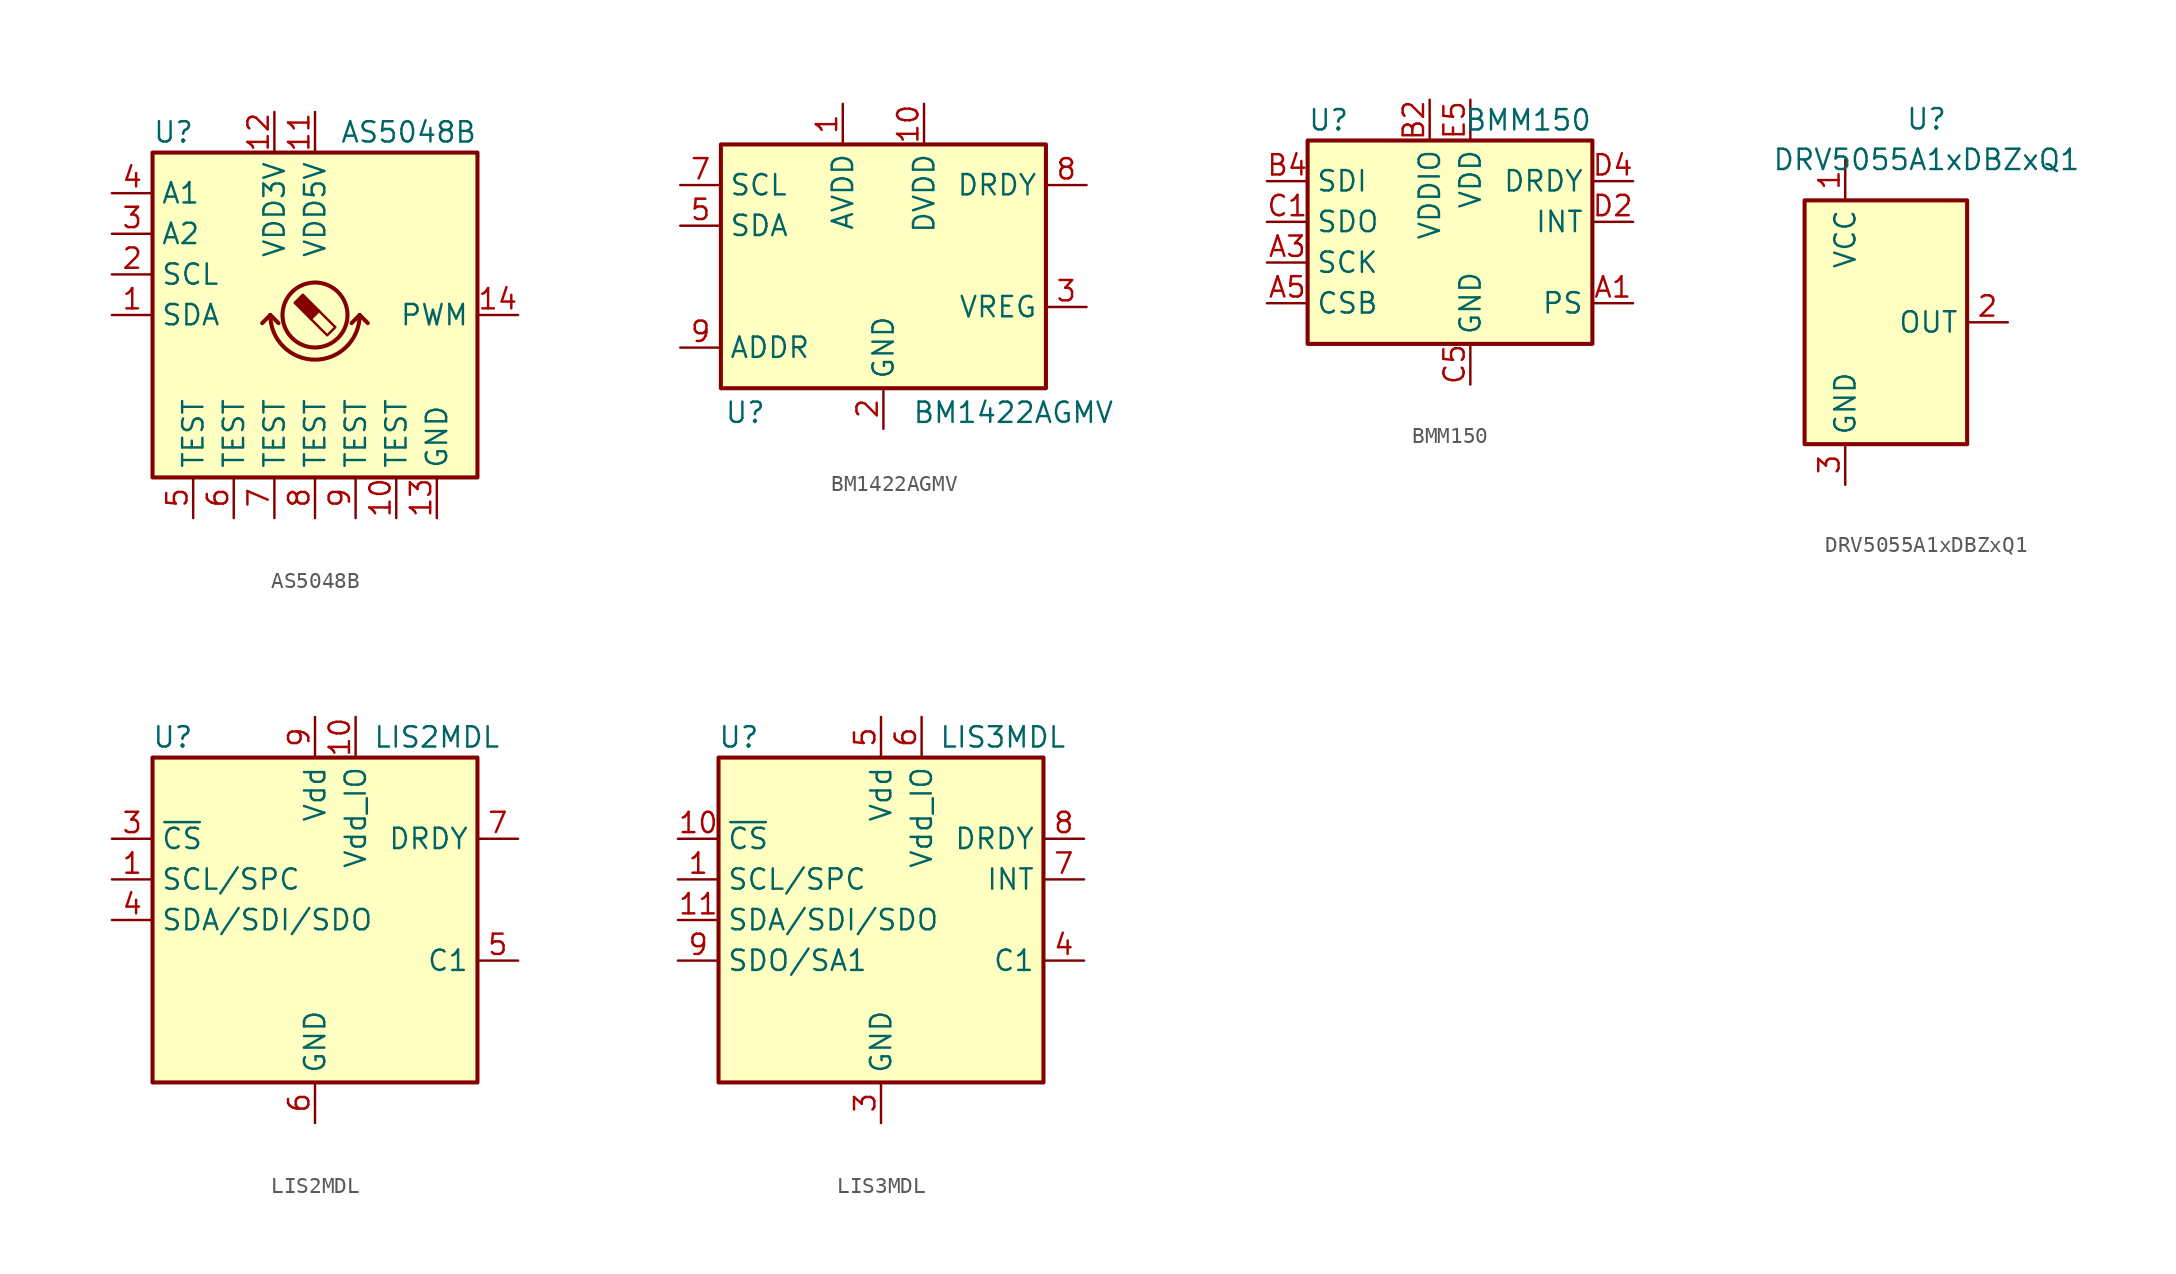
<source format=kicad_sym>
(kicad_symbol_lib
  (version 20241209)
  (generator "kicad_symbol_editor")
  (generator_version "9.0")
  (symbol "AS5048B"
    (property "Reference" "U"
      (at -10.16 11.43 0)
      (effects (font (size 1.27 1.27)) (justify left)))
    (property "Value" "AS5048B"
      (at 10.16 11.43 0)
      (effects (font (size 1.27 1.27)) (justify right)))
    (symbol "AS5048B_0_1"
      (rectangle (start -10.16 10.16) (end 10.16 -10.16) (stroke (width 0.254) (type default)) (fill (type background)))
      (polyline (pts (xy -2.794 0) (xy -3.302 -0.508)) (stroke (width 0.254) (type default)) (fill (type none)))
      (polyline (pts (xy -2.794 0) (xy -2.286 -0.508)) (stroke (width 0.254) (type default)) (fill (type none)))
      (arc (start 2.794 0) (mid 0 -2.7819) (end -2.794 0) (stroke (width 0.254) (type default)) (fill (type none)))
      (polyline (pts (xy 2.794 0) (xy 2.286 -0.508)) (stroke (width 0.254) (type default)) (fill (type none)))
      (polyline (pts (xy 2.794 0) (xy 3.302 -0.508)) (stroke (width 0.254) (type default)) (fill (type none))))
    (symbol "AS5048B_1_1"
      (polyline (pts (xy -0.762 1.27) (xy 0.254 0.254) (xy -0.254 -0.254) (xy -1.27 0.762) (xy -1.016 1.016) (xy -0.762 1.27) (xy -0.635 1.143)) (stroke (width 0) (type default)) (fill (type outline)))
      (circle (center 0 0) (radius 2.032) (stroke (width 0.254) (type default)) (fill (type none)))
      (polyline (pts (xy 0.254 0.254) (xy 1.27 -0.762) (xy 0.762 -1.27) (xy -0.254 -0.254)) (stroke (width 0) (type default)) (fill (type none)))
      (pin input line (at -12.7 7.62 0) (length 2.54) (name "A1" (effects (font (size 1.27 1.27)))) (number "4" (effects (font (size 1.27 1.27)))))
      (pin input line (at -12.7 5.08 0) (length 2.54) (name "A2" (effects (font (size 1.27 1.27)))) (number "3" (effects (font (size 1.27 1.27)))))
      (pin input line (at -12.7 2.54 0) (length 2.54) (name "SCL" (effects (font (size 1.27 1.27)))) (number "2" (effects (font (size 1.27 1.27)))))
      (pin bidirectional line (at -12.7 0 0) (length 2.54) (name "SDA" (effects (font (size 1.27 1.27)))) (number "1" (effects (font (size 1.27 1.27)))))
      (pin passive line (at -7.62 -12.7 90) (length 2.54) (name "TEST" (effects (font (size 1.27 1.27)))) (number "5" (effects (font (size 1.27 1.27)))))
      (pin passive line (at -5.08 -12.7 90) (length 2.54) (name "TEST" (effects (font (size 1.27 1.27)))) (number "6" (effects (font (size 1.27 1.27)))))
      (pin power_in line (at -2.54 12.7 270) (length 2.54) (name "VDD3V" (effects (font (size 1.27 1.27)))) (number "12" (effects (font (size 1.27 1.27)))))
      (pin passive line (at -2.54 -12.7 90) (length 2.54) (name "TEST" (effects (font (size 1.27 1.27)))) (number "7" (effects (font (size 1.27 1.27)))))
      (pin power_in line (at 0 12.7 270) (length 2.54) (name "VDD5V" (effects (font (size 1.27 1.27)))) (number "11" (effects (font (size 1.27 1.27)))))
      (pin passive line (at 0 -12.7 90) (length 2.54) (name "TEST" (effects (font (size 1.27 1.27)))) (number "8" (effects (font (size 1.27 1.27)))))
      (pin passive line (at 2.54 -12.7 90) (length 2.54) (name "TEST" (effects (font (size 1.27 1.27)))) (number "9" (effects (font (size 1.27 1.27)))))
      (pin passive line (at 5.08 -12.7 90) (length 2.54) (name "TEST" (effects (font (size 1.27 1.27)))) (number "10" (effects (font (size 1.27 1.27)))))
      (pin power_in line (at 7.62 -12.7 90) (length 2.54) (name "GND" (effects (font (size 1.27 1.27)))) (number "13" (effects (font (size 1.27 1.27)))))
      (pin output line (at 12.7 0 180) (length 2.54) (name "PWM" (effects (font (size 1.27 1.27)))) (number "14" (effects (font (size 1.27 1.27)))))))
  (symbol "BM1422AGMV"
    (property "Reference" "U"
      (at -8.636 -9.144 0)
      (effects (font (size 1.27 1.27))))
    (property "Value" "BM1422AGMV"
      (at 8.128 -9.144 0)
      (effects (font (size 1.27 1.27))))
    (symbol "BM1422AGMV_0_1"
      (rectangle (start -10.16 7.62) (end 10.16 -7.62) (stroke (width 0.254) (type default)) (fill (type background))))
    (symbol "BM1422AGMV_1_1"
      (pin input line (at -12.7 5.08 0) (length 2.54) (name "SCL" (effects (font (size 1.27 1.27)))) (number "7" (effects (font (size 1.27 1.27)))))
      (pin bidirectional line (at -12.7 2.54 0) (length 2.54) (name "SDA" (effects (font (size 1.27 1.27)))) (number "5" (effects (font (size 1.27 1.27)))))
      (pin input line (at -12.7 -5.08 0) (length 2.54) (name "ADDR" (effects (font (size 1.27 1.27)))) (number "9" (effects (font (size 1.27 1.27)))))
      (pin power_in line (at -2.54 10.16 270) (length 2.54) (name "AVDD" (effects (font (size 1.27 1.27)))) (number "1" (effects (font (size 1.27 1.27)))))
      (pin power_in line (at 0 -10.16 90) (length 2.54) (name "GND" (effects (font (size 1.27 1.27)))) (number "2" (effects (font (size 1.27 1.27)))))
      (pin power_in line (at 2.54 10.16 270) (length 2.54) (name "DVDD" (effects (font (size 1.27 1.27)))) (number "10" (effects (font (size 1.27 1.27)))))
      (pin no_connect line (at 10.16 2.54 180) (length 2.54) (hide yes) (name "TEST1" (effects (font (size 1.27 1.27)))) (number "4" (effects (font (size 1.27 1.27)))))
      (pin no_connect line (at 10.16 0 180) (length 2.54) (hide yes) (name "TEST2" (effects (font (size 1.27 1.27)))) (number "6" (effects (font (size 1.27 1.27)))))
      (pin output line (at 12.7 5.08 180) (length 2.54) (name "DRDY" (effects (font (size 1.27 1.27)))) (number "8" (effects (font (size 1.27 1.27)))))
      (pin passive line (at 12.7 -2.54 180) (length 2.54) (name "VREG" (effects (font (size 1.27 1.27)))) (number "3" (effects (font (size 1.27 1.27)))))))
  (symbol "BMM150"
    (property "Reference" "U"
      (at -10.16 6.35 0)
      (effects (font (size 1.27 1.27)) (justify left)))
    (property "Value" "BMM150"
      (at 7.62 6.35 0)
      (effects (font (size 1.27 1.27)) (justify right)))
    (symbol "BMM150_0_1"
      (rectangle (start -10.16 5.08) (end 7.62 -7.62) (stroke (width 0.254) (type default)) (fill (type background))))
    (symbol "BMM150_1_1"
      (pin bidirectional line (at -12.7 2.54 0) (length 2.54) (name "SDI" (effects (font (size 1.27 1.27)))) (number "B4" (effects (font (size 1.27 1.27)))))
      (pin bidirectional line (at -12.7 0 0) (length 2.54) (name "SDO" (effects (font (size 1.27 1.27)))) (number "C1" (effects (font (size 1.27 1.27)))))
      (pin bidirectional line (at -12.7 -2.54 0) (length 2.54) (name "SCK" (effects (font (size 1.27 1.27)))) (number "A3" (effects (font (size 1.27 1.27)))))
      (pin input line (at -12.7 -5.08 0) (length 2.54) (name "CSB" (effects (font (size 1.27 1.27)))) (number "A5" (effects (font (size 1.27 1.27)))))
      (pin power_in line (at -2.54 7.62 270) (length 2.54) (name "VDDIO" (effects (font (size 1.27 1.27)))) (number "B2" (effects (font (size 1.27 1.27)))))
      (pin power_in line (at 0 7.62 270) (length 2.54) (name "VDD" (effects (font (size 1.27 1.27)))) (number "E5" (effects (font (size 1.27 1.27)))))
      (pin power_in line (at 0 -10.16 90) (length 2.54) (name "GND" (effects (font (size 1.27 1.27)))) (number "C5" (effects (font (size 1.27 1.27)))))
      (pin passive line (at 0 -10.16 90) (length 2.54) (hide yes) (name "GND" (effects (font (size 1.27 1.27)))) (number "E1" (effects (font (size 1.27 1.27)))))
      (pin passive line (at 0 -10.16 90) (length 2.54) (hide yes) (name "GND" (effects (font (size 1.27 1.27)))) (number "E3" (effects (font (size 1.27 1.27)))))
      (pin output line (at 10.16 2.54 180) (length 2.54) (name "DRDY" (effects (font (size 1.27 1.27)))) (number "D4" (effects (font (size 1.27 1.27)))))
      (pin output line (at 10.16 0 180) (length 2.54) (name "INT" (effects (font (size 1.27 1.27)))) (number "D2" (effects (font (size 1.27 1.27)))))
      (pin input line (at 10.16 -5.08 180) (length 2.54) (name "PS" (effects (font (size 1.27 1.27)))) (number "A1" (effects (font (size 1.27 1.27)))))))
  (symbol "DRV5055A1xDBZxQ1"
    (property "Reference" "U"
      (at 2.54 12.7 0)
      (effects (font (size 1.27 1.27))))
    (property "Value" "DRV5055A1xDBZxQ1"
      (at 2.54 10.16 0)
      (effects (font (size 1.27 1.27))))
    (symbol "DRV5055A1xDBZxQ1_1_1"
      (rectangle (start -5.08 7.62) (end 5.08 -7.62) (stroke (width 0.254) (type default)) (fill (type background)))
      (pin power_in line (at -2.54 10.16 270) (length 2.54) (name "VCC" (effects (font (size 1.27 1.27)))) (number "1" (effects (font (size 1.27 1.27)))))
      (pin power_in line (at -2.54 -10.16 90) (length 2.54) (name "GND" (effects (font (size 1.27 1.27)))) (number "3" (effects (font (size 1.27 1.27)))))
      (pin output line (at 7.62 0 180) (length 2.54) (name "OUT" (effects (font (size 1.27 1.27)))) (number "2" (effects (font (size 1.27 1.27)))))))
  (symbol "LIS2MDL"
    (property "Reference" "U"
      (at -8.89 11.43 0)
      (effects (font (size 1.27 1.27))))
    (property "Value" "LIS2MDL"
      (at 7.62 11.43 0)
      (effects (font (size 1.27 1.27))))
    (symbol "LIS2MDL_0_1"
      (rectangle (start -10.16 10.16) (end 10.16 -10.16) (stroke (width 0.254) (type default)) (fill (type background))))
    (symbol "LIS2MDL_1_1"
      (pin input line (at -12.7 5.08 0) (length 2.54) (name "~{CS}" (effects (font (size 1.27 1.27)))) (number "3" (effects (font (size 1.27 1.27)))))
      (pin input line (at -12.7 2.54 0) (length 2.54) (name "SCL/SPC" (effects (font (size 1.27 1.27)))) (number "1" (effects (font (size 1.27 1.27)))))
      (pin bidirectional line (at -12.7 0 0) (length 2.54) (name "SDA/SDI/SDO" (effects (font (size 1.27 1.27)))) (number "4" (effects (font (size 1.27 1.27)))))
      (pin no_connect line (at -10.16 -5.08 0) (length 2.54) (hide yes) (name "NC" (effects (font (size 1.27 1.27)))) (number "2" (effects (font (size 1.27 1.27)))))
      (pin no_connect line (at -10.16 -7.62 0) (length 2.54) (hide yes) (name "NC" (effects (font (size 1.27 1.27)))) (number "11" (effects (font (size 1.27 1.27)))))
      (pin power_in line (at 0 12.7 270) (length 2.54) (name "Vdd" (effects (font (size 1.27 1.27)))) (number "9" (effects (font (size 1.27 1.27)))))
      (pin power_in line (at 0 -12.7 90) (length 2.54) (name "GND" (effects (font (size 1.27 1.27)))) (number "6" (effects (font (size 1.27 1.27)))))
      (pin passive line (at 0 -12.7 90) (length 2.54) (hide yes) (name "GND" (effects (font (size 1.27 1.27)))) (number "8" (effects (font (size 1.27 1.27)))))
      (pin power_in line (at 2.54 12.7 270) (length 2.54) (name "Vdd_IO" (effects (font (size 1.27 1.27)))) (number "10" (effects (font (size 1.27 1.27)))))
      (pin no_connect line (at 10.16 -7.62 180) (length 2.54) (hide yes) (name "NC" (effects (font (size 1.27 1.27)))) (number "12" (effects (font (size 1.27 1.27)))))
      (pin output line (at 12.7 5.08 180) (length 2.54) (name "DRDY" (effects (font (size 1.27 1.27)))) (number "7" (effects (font (size 1.27 1.27)))) (alternate "INT" output line) (alternate "SDO" output line))
      (pin power_out line (at 12.7 -2.54 180) (length 2.54) (name "C1" (effects (font (size 1.27 1.27)))) (number "5" (effects (font (size 1.27 1.27)))))))
  (symbol "LIS3MDL"
    (property "Reference" "U"
      (at -8.89 11.43 0)
      (effects (font (size 1.27 1.27))))
    (property "Value" "LIS3MDL"
      (at 7.62 11.43 0)
      (effects (font (size 1.27 1.27))))
    (symbol "LIS3MDL_0_1"
      (rectangle (start -10.16 10.16) (end 10.16 -10.16) (stroke (width 0.254) (type default)) (fill (type background))))
    (symbol "LIS3MDL_1_1"
      (pin input line (at -12.7 5.08 0) (length 2.54) (name "~{CS}" (effects (font (size 1.27 1.27)))) (number "10" (effects (font (size 1.27 1.27)))))
      (pin input line (at -12.7 2.54 0) (length 2.54) (name "SCL/SPC" (effects (font (size 1.27 1.27)))) (number "1" (effects (font (size 1.27 1.27)))))
      (pin bidirectional line (at -12.7 0 0) (length 2.54) (name "SDA/SDI/SDO" (effects (font (size 1.27 1.27)))) (number "11" (effects (font (size 1.27 1.27)))))
      (pin bidirectional line (at -12.7 -2.54 0) (length 2.54) (name "SDO/SA1" (effects (font (size 1.27 1.27)))) (number "9" (effects (font (size 1.27 1.27)))))
      (pin power_in line (at 0 12.7 270) (length 2.54) (name "Vdd" (effects (font (size 1.27 1.27)))) (number "5" (effects (font (size 1.27 1.27)))))
      (pin passive line (at 0 -12.7 90) (length 2.54) (hide yes) (name "GND" (effects (font (size 1.27 1.27)))) (number "12" (effects (font (size 1.27 1.27)))))
      (pin passive line (at 0 -12.7 90) (length 2.54) (hide yes) (name "GND" (effects (font (size 1.27 1.27)))) (number "2" (effects (font (size 1.27 1.27)))))
      (pin power_in line (at 0 -12.7 90) (length 2.54) (name "GND" (effects (font (size 1.27 1.27)))) (number "3" (effects (font (size 1.27 1.27)))))
      (pin power_in line (at 2.54 12.7 270) (length 2.54) (name "Vdd_IO" (effects (font (size 1.27 1.27)))) (number "6" (effects (font (size 1.27 1.27)))))
      (pin output line (at 12.7 5.08 180) (length 2.54) (name "DRDY" (effects (font (size 1.27 1.27)))) (number "8" (effects (font (size 1.27 1.27)))))
      (pin output line (at 12.7 2.54 180) (length 2.54) (name "INT" (effects (font (size 1.27 1.27)))) (number "7" (effects (font (size 1.27 1.27)))))
      (pin power_out line (at 12.7 -2.54 180) (length 2.54) (name "C1" (effects (font (size 1.27 1.27)))) (number "4" (effects (font (size 1.27 1.27))))))))
</source>
